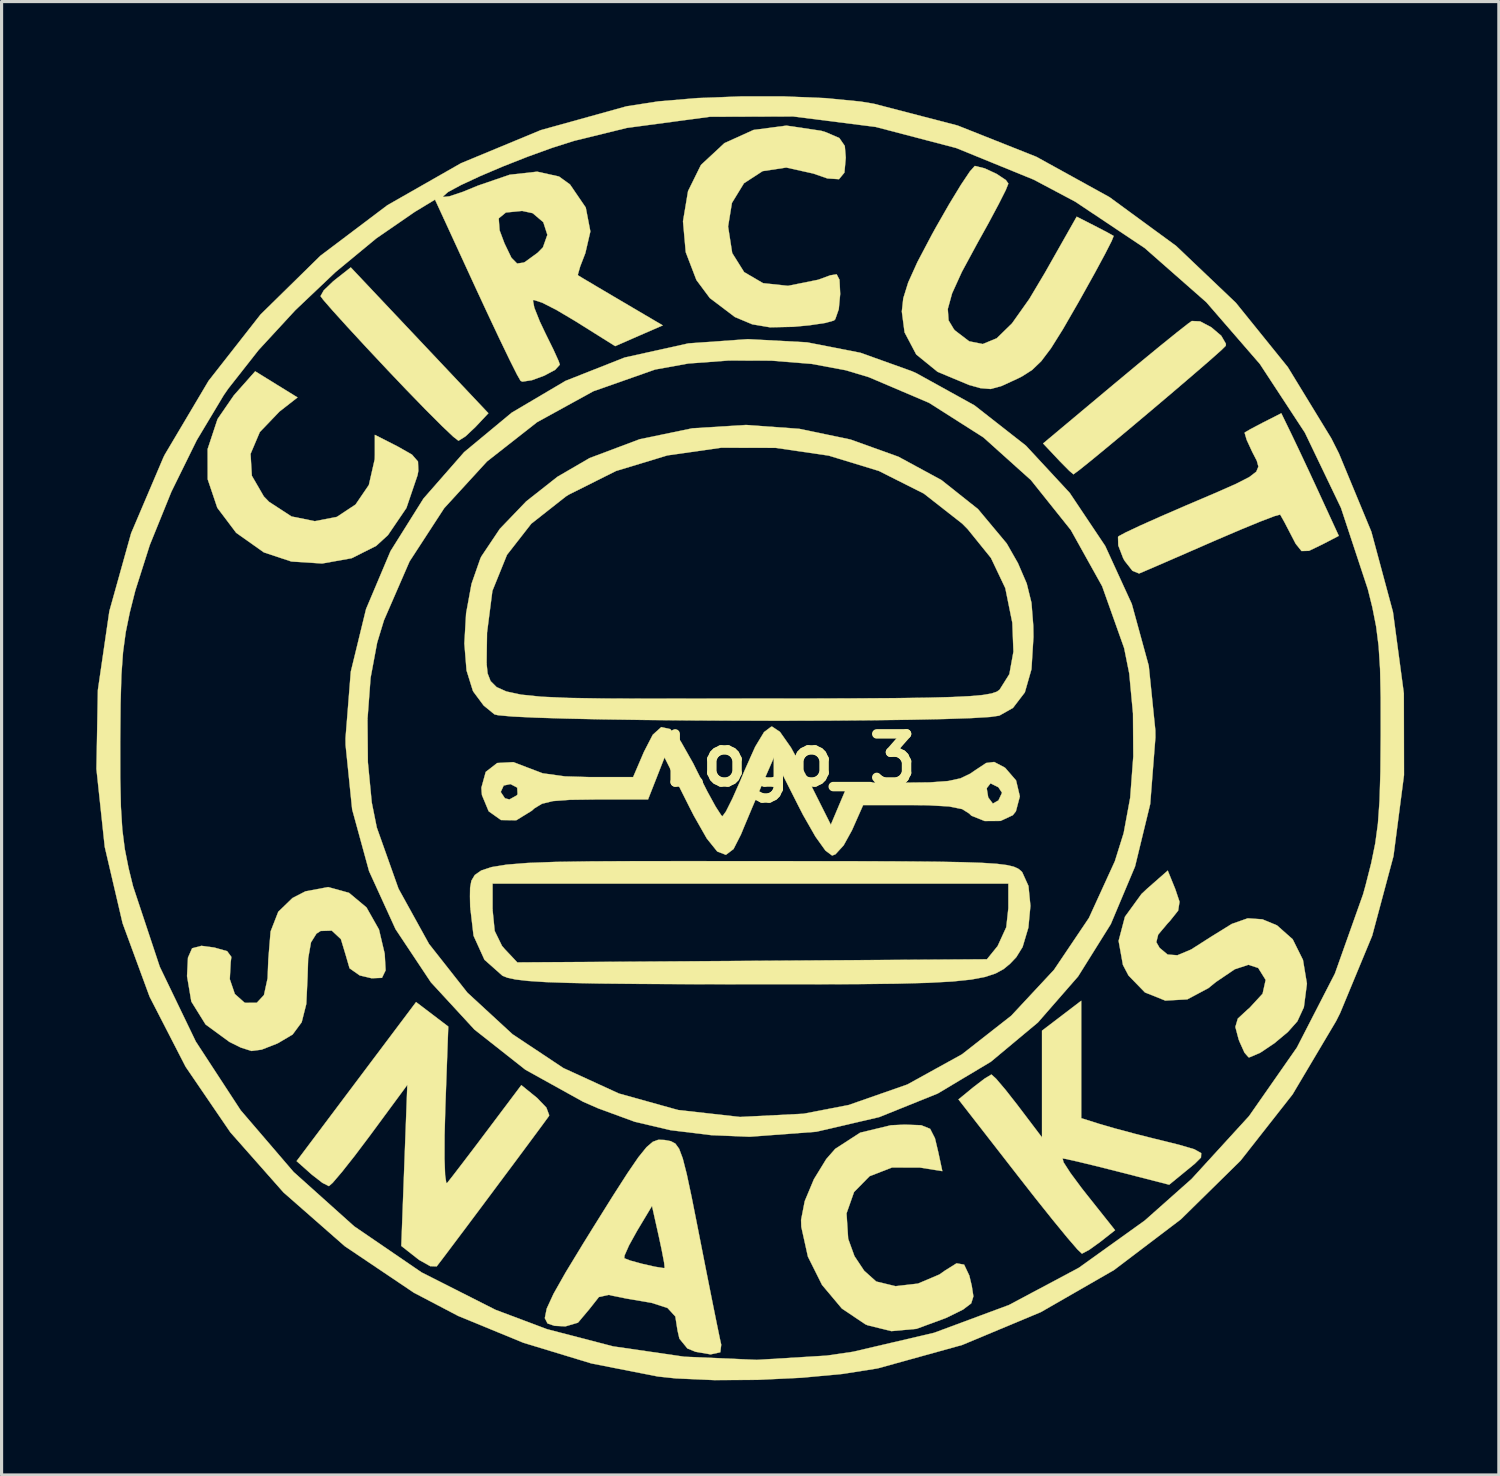
<source format=kicad_pcb>
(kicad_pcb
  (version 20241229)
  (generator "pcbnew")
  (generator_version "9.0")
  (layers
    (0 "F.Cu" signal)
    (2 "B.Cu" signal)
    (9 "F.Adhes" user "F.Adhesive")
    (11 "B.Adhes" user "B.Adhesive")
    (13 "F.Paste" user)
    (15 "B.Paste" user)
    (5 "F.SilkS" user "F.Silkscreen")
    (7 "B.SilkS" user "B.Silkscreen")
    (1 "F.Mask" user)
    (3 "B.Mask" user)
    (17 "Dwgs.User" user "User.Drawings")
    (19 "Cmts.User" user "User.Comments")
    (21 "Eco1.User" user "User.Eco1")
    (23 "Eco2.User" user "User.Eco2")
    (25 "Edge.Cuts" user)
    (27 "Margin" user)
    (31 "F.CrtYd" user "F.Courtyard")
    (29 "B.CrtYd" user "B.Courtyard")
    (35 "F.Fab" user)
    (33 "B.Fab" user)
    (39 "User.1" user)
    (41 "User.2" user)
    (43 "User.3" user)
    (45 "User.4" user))
  (footprint "Logo_3"
    (layer "F.Cu")
    (at 21.97 21.036)
    (property "Reference" "Logo_3" (at 0 0 0) (layer "F.SilkS") (effects (font (size 1.524 1.524) (thickness 0.3))))
    (attr through_hole)
    (fp_poly (pts (xy -11.727 -13.304) (xy -9.547 -10.994) (xy -9.956 -10.559) (xy -10.27 -10.263) (xy -10.487 -10.126) (xy -10.498 -10.124) (xy -10.657 -10.248) (xy -11.017 -10.589) (xy -11.534 -11.106) (xy -12.166 -11.757) (xy -12.731 -12.351) (xy -13.421 -13.087) (xy -14.019 -13.735) (xy -14.486 -14.251) (xy -14.781 -14.59) (xy -14.865 -14.704) (xy -14.763 -14.887) (xy -14.467 -15.171) (xy -14.403 -15.223) (xy -13.907 -15.614) (xy -11.727 -13.304)) (stroke (width 0.01) (type solid)) (fill yes) (layer "F.SilkS"))
    (fp_poly (pts (xy 13.004 -13.904) (xy 13.357 -13.717) (xy 13.671 -13.45) (xy 13.82 -13.193) (xy 13.814 -13.13) (xy 13.673 -12.991) (xy 13.315 -12.673) (xy 12.791 -12.22) (xy 12.156 -11.677) (xy 11.462 -11.089) (xy 10.764 -10.502) (xy 10.114 -9.961) (xy 9.567 -9.51) (xy 9.175 -9.195) (xy 8.992 -9.061) (xy 8.987 -9.059) (xy 8.853 -9.174) (xy 8.57 -9.46) (xy 8.488 -9.547) (xy 8.028 -10.036) (xy 10.255 -11.901) (xy 11.023 -12.54) (xy 11.708 -13.103) (xy 12.26 -13.549) (xy 12.626 -13.836) (xy 12.739 -13.916) (xy 13.004 -13.904)) (stroke (width 0.01) (type solid)) (fill yes) (layer "F.SilkS"))
    (fp_poly (pts (xy -16.265 -11.908) (xy -15.594 -11.494) (xy -16.167 -11.046) (xy -16.789 -10.397) (xy -17.082 -9.706) (xy -17.041 -9.013) (xy -16.661 -8.357) (xy -16.495 -8.186) (xy -15.784 -7.723) (xy -15.046 -7.574) (xy -14.349 -7.709) (xy -13.756 -8.101) (xy -13.334 -8.72) (xy -13.148 -9.536) (xy -13.144 -9.675) (xy -13.144 -10.309) (xy -12.414 -9.937) (xy -11.969 -9.684) (xy -11.777 -9.464) (xy -11.766 -9.17) (xy -11.791 -9.031) (xy -12.144 -7.992) (xy -12.728 -7.133) (xy -13.102 -6.791) (xy -13.877 -6.401) (xy -14.814 -6.233) (xy -15.789 -6.296) (xy -16.66 -6.585) (xy -17.538 -7.206) (xy -18.135 -7.998) (xy -18.44 -8.902) (xy -18.442 -9.858) (xy -18.128 -10.808) (xy -17.61 -11.561) (xy -16.935 -12.322) (xy -16.265 -11.908)) (stroke (width 0.01) (type solid)) (fill yes) (layer "F.SilkS"))
    (fp_poly (pts (xy -10.818 8.437) (xy -10.911 11) (xy -10.935 11.891) (xy -10.937 12.625) (xy -10.918 13.144) (xy -10.881 13.39) (xy -10.858 13.398) (xy -10.695 13.193) (xy -10.372 12.772) (xy -9.94 12.204) (xy -9.608 11.763) (xy -8.503 10.294) (xy -8.005 10.698) (xy -7.71 11.005) (xy -7.62 11.247) (xy -7.633 11.279) (xy -7.843 11.566) (xy -8.202 12.051) (xy -8.665 12.675) (xy -9.19 13.378) (xy -9.73 14.102) (xy -10.243 14.788) (xy -10.685 15.376) (xy -11.01 15.808) (xy -11.176 16.024) (xy -11.186 16.036) (xy -11.389 16.029) (xy -11.733 15.836) (xy -11.806 15.781) (xy -12.306 15.388) (xy -12.115 10.285) (xy -13.295 11.886) (xy -13.778 12.527) (xy -14.189 13.047) (xy -14.48 13.388) (xy -14.6 13.493) (xy -14.804 13.39) (xy -15.136 13.132) (xy -15.173 13.1) (xy -15.623 12.7) (xy -13.731 10.181) (xy -11.838 7.662) (xy -10.818 8.437)) (stroke (width 0.01) (type solid)) (fill yes) (layer "F.SilkS"))
    (fp_poly (pts (xy 0.994 -19.943) (xy 1.151 -19.895) (xy 1.572 -19.713) (xy 1.745 -19.462) (xy 1.776 -19.091) (xy 1.733 -18.617) (xy 1.561 -18.409) (xy 1.194 -18.433) (xy 0.747 -18.588) (xy -0.11 -18.778) (xy -0.859 -18.664) (xy -1.45 -18.28) (xy -1.831 -17.657) (xy -1.953 -16.91) (xy -1.822 -16.068) (xy -1.444 -15.465) (xy -0.846 -15.115) (xy -0.055 -15.03) (xy 0.903 -15.223) (xy 1.288 -15.364) (xy 1.487 -15.395) (xy 1.577 -15.222) (xy 1.599 -14.772) (xy 1.554 -14.29) (xy 1.443 -13.973) (xy 1.402 -13.932) (xy 1.13 -13.855) (xy 0.624 -13.78) (xy 0.115 -13.732) (xy -0.623 -13.716) (xy -1.187 -13.811) (xy -1.737 -14.042) (xy -2.531 -14.643) (xy -2.956 -15.214) (xy -3.294 -16.096) (xy -3.381 -17.075) (xy -3.221 -18.031) (xy -2.82 -18.845) (xy -2.801 -18.87) (xy -2.068 -19.552) (xy -1.146 -19.969) (xy -0.104 -20.106) (xy 0.994 -19.943)) (stroke (width 0.01) (type solid)) (fill yes) (layer "F.SilkS"))
    (fp_poly (pts (xy 9.236 11.34) (xy 9.814 11.523) (xy 10.296 11.663) (xy 10.964 11.842) (xy 11.545 11.988) (xy 12.334 12.183) (xy 12.818 12.325) (xy 13.037 12.448) (xy 13.03 12.588) (xy 12.837 12.78) (xy 12.627 12.953) (xy 12.022 13.448) (xy 10.407 13.033) (xy 9.688 12.852) (xy 9.099 12.71) (xy 8.726 12.628) (xy 8.644 12.615) (xy 8.677 12.74) (xy 8.893 13.075) (xy 9.251 13.558) (xy 9.402 13.75) (xy 10.308 14.89) (xy 9.837 15.26) (xy 9.487 15.512) (xy 9.265 15.63) (xy 9.255 15.631) (xy 9.115 15.497) (xy 8.796 15.127) (xy 8.336 14.566) (xy 7.771 13.859) (xy 7.246 13.188) (xy 5.347 10.746) (xy 5.826 10.353) (xy 6.17 10.09) (xy 6.382 9.961) (xy 6.394 9.959) (xy 6.537 10.089) (xy 6.83 10.433) (xy 7.211 10.918) (xy 7.238 10.954) (xy 7.993 11.95) (xy 7.993 8.568) (xy 9.236 7.62) (xy 9.236 11.34)) (stroke (width 0.01) (type solid)) (fill yes) (layer "F.SilkS"))
    (fp_poly (pts (xy 4.166 11.564) (xy 4.449 11.678) (xy 4.602 11.978) (xy 4.706 12.415) (xy 4.835 13.018) (xy 4.127 12.905) (xy 3.238 12.904) (xy 2.53 13.179) (xy 2.038 13.68) (xy 1.8 14.357) (xy 1.852 15.162) (xy 2.051 15.711) (xy 2.359 16.174) (xy 2.731 16.507) (xy 2.751 16.518) (xy 3.353 16.663) (xy 4.063 16.581) (xy 4.742 16.293) (xy 4.918 16.169) (xy 5.286 15.939) (xy 5.525 15.98) (xy 5.69 16.327) (xy 5.768 16.654) (xy 5.819 16.985) (xy 5.75 17.207) (xy 5.495 17.402) (xy 4.988 17.653) (xy 4.943 17.673) (xy 4.017 18.014) (xy 3.222 18.087) (xy 2.465 17.9) (xy 2.395 17.87) (xy 1.652 17.371) (xy 1.024 16.623) (xy 0.576 15.726) (xy 0.367 14.783) (xy 0.36 14.565) (xy 0.476 13.968) (xy 0.767 13.273) (xy 1.159 12.634) (xy 1.442 12.312) (xy 2.233 11.799) (xy 3.205 11.565) (xy 3.642 11.545) (xy 4.166 11.564)) (stroke (width 0.01) (type solid)) (fill yes) (layer "F.SilkS"))
    (fp_poly (pts (xy -13.963 4.201) (xy -13.41 4.662) (xy -13.013 5.363) (xy -12.832 6.131) (xy -12.803 6.656) (xy -12.918 6.894) (xy -13.246 6.907) (xy -13.623 6.818) (xy -13.945 6.592) (xy -14.067 6.172) (xy -14.219 5.669) (xy -14.508 5.398) (xy -14.862 5.409) (xy -14.994 5.494) (xy -15.168 5.772) (xy -15.257 6.282) (xy -15.276 6.872) (xy -15.316 7.721) (xy -15.462 8.301) (xy -15.75 8.69) (xy -16.217 8.966) (xy -16.261 8.985) (xy -16.733 9.169) (xy -17.052 9.211) (xy -17.391 9.103) (xy -17.75 8.925) (xy -18.507 8.371) (xy -18.958 7.645) (xy -19.094 6.84) (xy -19.065 6.256) (xy -18.934 5.958) (xy -18.638 5.88) (xy -18.232 5.934) (xy -17.823 6.05) (xy -17.69 6.231) (xy -17.711 6.396) (xy -17.74 6.936) (xy -17.58 7.406) (xy -17.278 7.675) (xy -17.246 7.685) (xy -16.886 7.686) (xy -16.657 7.439) (xy -16.542 6.908) (xy -16.519 6.31) (xy -16.447 5.426) (xy -16.204 4.801) (xy -15.752 4.364) (xy -15.341 4.153) (xy -14.623 4.019) (xy -13.963 4.201)) (stroke (width 0.01) (type solid)) (fill yes) (layer "F.SilkS"))
    (fp_poly (pts (xy 15.893 -10.337) (xy 16.127 -9.847) (xy 16.443 -9.174) (xy 16.777 -8.454) (xy 16.804 -8.394) (xy 17.396 -7.109) (xy 16.878 -6.84) (xy 16.453 -6.635) (xy 16.215 -6.628) (xy 16.029 -6.86) (xy 15.879 -7.149) (xy 15.674 -7.543) (xy 15.547 -7.769) (xy 15.537 -7.783) (xy 15.366 -7.737) (xy 14.932 -7.572) (xy 14.299 -7.312) (xy 13.527 -6.982) (xy 13.384 -6.92) (xy 12.575 -6.567) (xy 11.876 -6.263) (xy 11.356 -6.038) (xy 11.083 -5.922) (xy 11.069 -5.916) (xy 10.859 -6.001) (xy 10.611 -6.318) (xy 10.565 -6.4) (xy 10.409 -6.806) (xy 10.402 -7.072) (xy 10.42 -7.096) (xy 10.634 -7.212) (xy 11.105 -7.434) (xy 11.764 -7.728) (xy 12.522 -8.057) (xy 13.47 -8.461) (xy 14.135 -8.754) (xy 14.558 -8.97) (xy 14.782 -9.142) (xy 14.849 -9.303) (xy 14.799 -9.487) (xy 14.676 -9.726) (xy 14.657 -9.762) (xy 14.478 -10.149) (xy 14.413 -10.371) (xy 14.419 -10.385) (xy 14.6 -10.491) (xy 14.969 -10.685) (xy 15.025 -10.714) (xy 15.574 -10.993) (xy 15.893 -10.337)) (stroke (width 0.01) (type solid)) (fill yes) (layer "F.SilkS"))
    (fp_poly (pts (xy 12.215 4.081) (xy 12.35 4.484) (xy 12.306 4.765) (xy 12.046 5.091) (xy 11.973 5.169) (xy 11.674 5.524) (xy 11.615 5.764) (xy 11.718 5.944) (xy 11.972 6.156) (xy 12.282 6.179) (xy 12.716 5.997) (xy 13.346 5.595) (xy 14.004 5.187) (xy 14.512 5.008) (xy 14.976 5.04) (xy 15.437 5.231) (xy 15.936 5.673) (xy 16.261 6.326) (xy 16.386 7.08) (xy 16.29 7.824) (xy 16.083 8.272) (xy 15.783 8.609) (xy 15.351 8.97) (xy 14.907 9.267) (xy 14.571 9.411) (xy 14.538 9.413) (xy 14.408 9.265) (xy 14.244 8.9) (xy 14.223 8.844) (xy 14.119 8.45) (xy 14.197 8.185) (xy 14.51 7.895) (xy 14.561 7.854) (xy 14.982 7.397) (xy 15.079 6.96) (xy 14.843 6.581) (xy 14.532 6.48) (xy 14.1 6.622) (xy 13.506 7.024) (xy 13.264 7.22) (xy 12.596 7.576) (xy 11.9 7.615) (xy 11.254 7.356) (xy 10.734 6.821) (xy 10.557 6.484) (xy 10.42 5.723) (xy 10.621 4.959) (xy 11.146 4.236) (xy 11.321 4.072) (xy 11.977 3.496) (xy 12.215 4.081)) (stroke (width 0.01) (type solid)) (fill yes) (layer "F.SilkS"))
    (fp_poly (pts (xy 6.178 -18.752) (xy 6.554 -18.577) (xy 6.849 -18.381) (xy 6.927 -18.27) (xy 6.845 -18.065) (xy 6.621 -17.621) (xy 6.292 -17.005) (xy 5.95 -16.39) (xy 5.453 -15.471) (xy 5.144 -14.791) (xy 5.008 -14.297) (xy 5.033 -13.935) (xy 5.204 -13.651) (xy 5.241 -13.612) (xy 5.685 -13.273) (xy 6.115 -13.186) (xy 6.559 -13.369) (xy 7.042 -13.84) (xy 7.592 -14.616) (xy 8.086 -15.445) (xy 9.092 -17.221) (xy 9.653 -16.936) (xy 10.038 -16.736) (xy 10.253 -16.617) (xy 10.263 -16.61) (xy 10.199 -16.449) (xy 9.989 -16.038) (xy 9.664 -15.435) (xy 9.254 -14.699) (xy 9.151 -14.516) (xy 8.655 -13.655) (xy 8.276 -13.05) (xy 7.966 -12.64) (xy 7.678 -12.364) (xy 7.363 -12.163) (xy 7.225 -12.093) (xy 6.712 -11.857) (xy 6.368 -11.762) (xy 6.045 -11.788) (xy 5.683 -11.889) (xy 4.686 -12.305) (xy 4.009 -12.855) (xy 3.639 -13.556) (xy 3.552 -14.217) (xy 3.598 -14.636) (xy 3.754 -15.137) (xy 4.047 -15.786) (xy 4.503 -16.651) (xy 4.634 -16.888) (xy 5.056 -17.625) (xy 5.427 -18.234) (xy 5.708 -18.654) (xy 5.862 -18.827) (xy 5.869 -18.828) (xy 6.178 -18.752)) (stroke (width 0.01) (type solid)) (fill yes) (layer "F.SilkS"))
    (fp_poly (pts (xy -3.982 12.03) (xy -3.951 12.034) (xy -3.767 12.069) (xy -3.624 12.145) (xy -3.504 12.31) (xy -3.389 12.616) (xy -3.263 13.11) (xy -3.107 13.842) (xy -2.905 14.862) (xy -2.847 15.157) (xy -2.647 16.173) (xy -2.466 17.081) (xy -2.317 17.82) (xy -2.213 18.324) (xy -2.17 18.517) (xy -2.199 18.757) (xy -2.502 18.823) (xy -2.51 18.823) (xy -2.985 18.741) (xy -3.242 18.636) (xy -3.495 18.325) (xy -3.555 18.064) (xy -3.624 17.623) (xy -3.871 17.354) (xy -4.373 17.192) (xy -4.618 17.149) (xy -5.178 17.054) (xy -5.627 16.963) (xy -5.729 16.938) (xy -6.045 17.006) (xy -6.351 17.394) (xy -6.709 17.819) (xy -7.105 17.936) (xy -7.451 17.919) (xy -7.673 17.844) (xy -7.759 17.675) (xy -7.699 17.375) (xy -7.483 16.905) (xy -7.1 16.228) (xy -6.826 15.778) (xy -5.241 15.778) (xy -5.048 15.853) (xy -4.673 15.955) (xy -4.27 16.046) (xy -3.998 16.089) (xy -3.962 16.085) (xy -3.979 15.917) (xy -4.058 15.504) (xy -4.146 15.093) (xy -4.363 14.121) (xy -4.838 14.913) (xy -5.092 15.372) (xy -5.233 15.691) (xy -5.241 15.778) (xy -6.826 15.778) (xy -6.54 15.307) (xy -6.228 14.804) (xy -5.608 13.812) (xy -5.14 13.083) (xy -4.795 12.579) (xy -4.538 12.261) (xy -4.338 12.089) (xy -4.164 12.025) (xy -3.982 12.03)) (stroke (width 0.01) (type solid)) (fill yes) (layer "F.SilkS"))
    (fp_poly (pts (xy -1.258 3.197) (xy 0.676 3.198) (xy 2.286 3.2) (xy 3.603 3.205) (xy 4.659 3.215) (xy 5.483 3.23) (xy 6.108 3.252) (xy 6.565 3.282) (xy 6.884 3.322) (xy 7.097 3.372) (xy 7.236 3.434) (xy 7.33 3.509) (xy 7.366 3.547) (xy 7.564 3.984) (xy 7.626 4.613) (xy 7.561 5.302) (xy 7.378 5.917) (xy 7.179 6.239) (xy 6.983 6.446) (xy 6.776 6.617) (xy 6.523 6.755) (xy 6.191 6.865) (xy 5.746 6.949) (xy 5.153 7.01) (xy 4.379 7.052) (xy 3.39 7.079) (xy 2.152 7.093) (xy 0.631 7.098) (xy -1.207 7.098) (xy -1.46 7.098) (xy -3.295 7.094) (xy -4.809 7.086) (xy -6.032 7.074) (xy -6.998 7.054) (xy -7.739 7.028) (xy -8.288 6.992) (xy -8.678 6.947) (xy -8.941 6.891) (xy -9.101 6.827) (xy -9.671 6.321) (xy -10.017 5.559) (xy -10.124 4.64) (xy -10.13 4.314) (xy -10.126 4.04) (xy -10.102 3.908) (xy -9.414 3.908) (xy -9.414 4.74) (xy -9.347 5.409) (xy -9.116 5.881) (xy -9.023 5.989) (xy -8.631 6.405) (xy -1.191 6.356) (xy 6.248 6.306) (xy 6.588 5.886) (xy 6.861 5.29) (xy 6.927 4.687) (xy 6.927 3.908) (xy -9.414 3.908) (xy -10.102 3.908) (xy -10.085 3.816) (xy -9.977 3.635) (xy -9.773 3.493) (xy -9.445 3.385) (xy -8.964 3.307) (xy -8.3 3.254) (xy -7.426 3.221) (xy -6.312 3.204) (xy -4.928 3.197) (xy -3.248 3.196) (xy -1.258 3.197)) (stroke (width 0.01) (type solid)) (fill yes) (layer "F.SilkS"))
    (fp_poly (pts (xy 0.3 -10.5) (xy 1.925 -10.161) (xy 3.443 -9.616) (xy 4.806 -8.877) (xy 5.966 -7.956) (xy 6.877 -6.865) (xy 7.231 -6.244) (xy 7.509 -5.598) (xy 7.659 -4.99) (xy 7.717 -4.256) (xy 7.722 -3.906) (xy 7.659 -2.883) (xy 7.449 -2.149) (xy 7.074 -1.659) (xy 6.64 -1.413) (xy 6.351 -1.371) (xy 5.756 -1.335) (xy 4.899 -1.306) (xy 3.826 -1.283) (xy 2.583 -1.267) (xy 1.215 -1.256) (xy -0.233 -1.252) (xy -1.715 -1.254) (xy -3.186 -1.262) (xy -4.601 -1.276) (xy -5.914 -1.295) (xy -7.079 -1.32) (xy -8.052 -1.35) (xy -8.787 -1.385) (xy -9.238 -1.426) (xy -9.352 -1.452) (xy -9.697 -1.734) (xy -10.019 -2.167) (xy -10.039 -2.203) (xy -10.239 -2.845) (xy -10.256 -3.057) (xy -9.603 -3.057) (xy -9.572 -2.751) (xy -9.477 -2.507) (xy -9.288 -2.318) (xy -8.976 -2.178) (xy -8.51 -2.078) (xy -7.861 -2.012) (xy -7 -1.974) (xy -5.895 -1.956) (xy -4.518 -1.951) (xy -2.838 -1.953) (xy -1.317 -1.954) (xy 0.56 -1.955) (xy 2.113 -1.96) (xy 3.375 -1.968) (xy 4.375 -1.982) (xy 5.146 -2.003) (xy 5.718 -2.031) (xy 6.124 -2.068) (xy 6.395 -2.115) (xy 6.562 -2.172) (xy 6.648 -2.233) (xy 6.959 -2.728) (xy 7.088 -3.439) (xy 7.053 -4.355) (xy 6.83 -5.454) (xy 6.375 -6.41) (xy 5.635 -7.325) (xy 5.463 -7.498) (xy 4.25 -8.448) (xy 2.821 -9.167) (xy 1.236 -9.651) (xy -0.447 -9.897) (xy -2.171 -9.901) (xy -3.876 -9.658) (xy -5.505 -9.164) (xy -6.998 -8.416) (xy -7.092 -8.357) (xy -8.188 -7.494) (xy -8.958 -6.507) (xy -9.42 -5.366) (xy -9.59 -4.041) (xy -9.592 -3.883) (xy -9.599 -3.432) (xy -9.603 -3.057) (xy -10.256 -3.057) (xy -10.308 -3.7) (xy -10.253 -4.653) (xy -10.081 -5.589) (xy -9.8 -6.394) (xy -9.768 -6.459) (xy -9.184 -7.331) (xy -8.349 -8.201) (xy -7.357 -8.982) (xy -6.341 -9.573) (xy -4.754 -10.17) (xy -3.087 -10.516) (xy -1.387 -10.622) (xy 0.3 -10.5)) (stroke (width 0.01) (type solid)) (fill yes) (layer "F.SilkS"))
    (fp_poly (pts (xy 0.548 -13.24) (xy 2.242 -12.909) (xy 3.868 -12.326) (xy 4.01 -12.263) (xy 5.855 -11.242) (xy 7.483 -9.967) (xy 8.87 -8.471) (xy 9.996 -6.788) (xy 10.838 -4.95) (xy 11.375 -2.992) (xy 11.584 -0.947) (xy 11.586 -0.721) (xy 11.421 1.387) (xy 10.941 3.365) (xy 10.172 5.193) (xy 9.137 6.849) (xy 7.862 8.31) (xy 6.37 9.554) (xy 4.687 10.56) (xy 2.836 11.306) (xy 0.842 11.77) (xy -1.27 11.929) (xy -2.487 11.878) (xy -3.778 11.72) (xy -4.909 11.454) (xy -6.063 11.031) (xy -6.545 10.82) (xy -8.373 9.806) (xy -9.988 8.533) (xy -11.367 7.037) (xy -12.488 5.352) (xy -13.327 3.514) (xy -13.863 1.557) (xy -14.071 -0.484) (xy -14.073 -0.7) (xy -14.025 -1.301) (xy -13.377 -1.301) (xy -13.365 0.063) (xy -13.242 1.339) (xy -13.083 2.131) (xy -12.395 4.069) (xy -11.428 5.82) (xy -10.213 7.363) (xy -8.784 8.68) (xy -7.172 9.752) (xy -5.412 10.559) (xy -3.535 11.082) (xy -1.574 11.302) (xy 0.437 11.2) (xy 1.865 10.924) (xy 3.727 10.273) (xy 5.458 9.317) (xy 7.019 8.094) (xy 8.372 6.642) (xy 9.479 4.998) (xy 10.301 3.201) (xy 10.58 2.309) (xy 10.787 1.189) (xy 10.885 -0.121) (xy 10.876 -1.481) (xy 10.757 -2.749) (xy 10.596 -3.552) (xy 9.899 -5.512) (xy 8.906 -7.295) (xy 7.643 -8.875) (xy 6.138 -10.227) (xy 4.416 -11.323) (xy 2.505 -12.137) (xy 1.776 -12.356) (xy 0.697 -12.557) (xy -0.586 -12.66) (xy -1.935 -12.664) (xy -3.213 -12.569) (xy -4.263 -12.379) (xy -6.22 -11.691) (xy -8.005 -10.71) (xy -9.591 -9.466) (xy -10.947 -7.986) (xy -12.045 -6.298) (xy -12.856 -4.432) (xy -13.071 -3.727) (xy -13.279 -2.612) (xy -13.377 -1.301) (xy -14.025 -1.301) (xy -13.906 -2.806) (xy -13.423 -4.789) (xy -12.647 -6.626) (xy -11.603 -8.291) (xy -10.315 -9.761) (xy -8.807 -11.012) (xy -7.103 -12.019) (xy -5.229 -12.759) (xy -3.208 -13.207) (xy -1.325 -13.341) (xy 0.548 -13.24)) (stroke (width 0.01) (type solid)) (fill yes) (layer "F.SilkS"))
    (fp_poly (pts (xy -0.31 -0.9) (xy 0.041 -0.4) (xy 0.496 0.436) (xy 0.522 0.488) (xy 1.302 2.043) (xy 1.583 1.377) (xy 1.791 0.887) (xy 6.241 0.887) (xy 6.289 1.177) (xy 6.435 1.373) (xy 6.613 1.273) (xy 6.727 1.031) (xy 6.611 0.856) (xy 6.362 0.732) (xy 6.241 0.887) (xy 1.791 0.887) (xy 1.865 0.712) (xy 3.604 0.711) (xy 4.445 0.701) (xy 5.018 0.659) (xy 5.413 0.573) (xy 5.718 0.426) (xy 5.859 0.329) (xy 6.224 0.087) (xy 6.478 0.055) (xy 6.787 0.217) (xy 6.829 0.244) (xy 7.171 0.639) (xy 7.291 1.145) (xy 7.166 1.618) (xy 7.069 1.741) (xy 6.678 1.923) (xy 6.177 1.926) (xy 5.756 1.757) (xy 5.684 1.687) (xy 5.464 1.548) (xy 5.048 1.464) (xy 4.371 1.426) (xy 3.894 1.421) (xy 2.326 1.421) (xy 1.972 2.22) (xy 1.709 2.696) (xy 1.449 2.98) (xy 1.344 3.02) (xy 1.132 2.862) (xy 0.816 2.421) (xy 0.426 1.739) (xy 0.285 1.465) (xy -0.5 -0.089) (xy -0.888 0.799) (xy -1.171 1.457) (xy -1.444 2.107) (xy -1.545 2.353) (xy -1.78 2.814) (xy -2.022 2.997) (xy -2.296 2.891) (xy -2.627 2.48) (xy -3.041 1.751) (xy -3.187 1.465) (xy -3.966 -0.089) (xy -4.227 0.577) (xy -4.489 1.243) (xy -6.152 1.243) (xy -6.963 1.254) (xy -7.502 1.294) (xy -7.85 1.379) (xy -8.089 1.524) (xy -8.171 1.599) (xy -8.664 1.902) (xy -9.147 1.895) (xy -9.538 1.617) (xy -9.751 1.104) (xy -9.759 1.006) (xy -9.156 1.006) (xy -9.023 1.205) (xy -8.881 1.243) (xy -8.65 1.115) (xy -8.622 1.078) (xy -8.634 0.867) (xy -8.847 0.755) (xy -9.062 0.801) (xy -9.156 1.006) (xy -9.759 1.006) (xy -9.769 0.872) (xy -9.631 0.37) (xy -9.267 0.088) (xy -8.755 0.06) (xy -8.315 0.229) (xy -7.827 0.414) (xy -7.124 0.511) (xy -6.374 0.533) (xy -4.961 0.533) (xy -4.618 -0.266) (xy -4.339 -0.807) (xy -4.07 -1.05) (xy -3.785 -0.987) (xy -3.457 -0.607) (xy -3.058 0.099) (xy -2.931 0.355) (xy -2.612 0.986) (xy -2.345 1.473) (xy -2.169 1.744) (xy -2.131 1.776) (xy -2.02 1.623) (xy -1.816 1.215) (xy -1.556 0.628) (xy -1.443 0.355) (xy -1.094 -0.427) (xy -0.814 -0.891) (xy -0.586 -1.063) (xy -0.559 -1.066) (xy -0.31 -0.9)) (stroke (width 0.01) (type solid)) (fill yes) (layer "F.SilkS"))
    (fp_poly (pts (xy -0.167 -21.031) (xy 1.138 -20.977) (xy 2.249 -20.868) (xy 2.664 -20.799) (xy 5.319 -20.109) (xy 7.815 -19.118) (xy 10.131 -17.84) (xy 12.244 -16.293) (xy 14.135 -14.493) (xy 15.78 -12.456) (xy 17.158 -10.199) (xy 17.4 -9.72) (xy 18.427 -7.241) (xy 19.112 -4.698) (xy 19.457 -2.118) (xy 19.462 0.47) (xy 19.128 3.039) (xy 18.453 5.562) (xy 17.438 8.011) (xy 17.31 8.265) (xy 15.931 10.587) (xy 14.283 12.686) (xy 12.391 14.546) (xy 10.275 16.151) (xy 7.959 17.483) (xy 5.465 18.525) (xy 2.814 19.26) (xy 2.753 19.273) (xy 1.676 19.443) (xy 0.376 19.564) (xy -1.02 19.631) (xy -2.389 19.639) (xy -3.605 19.585) (xy -4.174 19.525) (xy -6.285 19.11) (xy -8.442 18.454) (xy -10.503 17.606) (xy -11.907 16.87) (xy -14.098 15.395) (xy -16.039 13.692) (xy -17.722 11.788) (xy -19.138 9.713) (xy -20.279 7.495) (xy -21.136 5.164) (xy -21.701 2.747) (xy -21.965 0.275) (xy -21.948 -0.622) (xy -21.211 -0.622) (xy -21.21 0.56) (xy -21.19 1.471) (xy -21.145 2.195) (xy -21.066 2.817) (xy -20.946 3.421) (xy -20.804 3.997) (xy -19.958 6.544) (xy -18.816 8.914) (xy -17.396 11.089) (xy -15.717 13.046) (xy -13.799 14.766) (xy -11.661 16.228) (xy -9.321 17.412) (xy -7.695 18.024) (xy -5.595 18.57) (xy -3.337 18.898) (xy -1.042 18.998) (xy 1.169 18.863) (xy 2.005 18.741) (xy 4.574 18.14) (xy 6.947 17.259) (xy 9.16 16.08) (xy 11.25 14.582) (xy 12.732 13.266) (xy 14.553 11.274) (xy 16.068 9.103) (xy 17.273 6.759) (xy 18.166 4.246) (xy 18.246 3.957) (xy 18.424 3.256) (xy 18.551 2.634) (xy 18.636 2.004) (xy 18.687 1.279) (xy 18.714 0.372) (xy 18.724 -0.799) (xy 18.723 -1.981) (xy 18.704 -2.892) (xy 18.658 -3.616) (xy 18.579 -4.238) (xy 18.46 -4.842) (xy 18.317 -5.417) (xy 17.465 -7.996) (xy 16.321 -10.38) (xy 14.895 -12.555) (xy 13.2 -14.51) (xy 11.246 -16.228) (xy 9.044 -17.698) (xy 7.732 -18.394) (xy 5.274 -19.397) (xy 2.722 -20.065) (xy 0.111 -20.396) (xy -2.528 -20.387) (xy -5.159 -20.034) (xy -6.834 -19.623) (xy -7.532 -19.401) (xy -8.305 -19.121) (xy -9.087 -18.813) (xy -9.811 -18.505) (xy -10.413 -18.225) (xy -10.826 -18.002) (xy -10.984 -17.863) (xy -10.978 -17.846) (xy -10.783 -17.866) (xy -10.362 -18.006) (xy -9.88 -18.204) (xy -8.872 -18.55) (xy -8.001 -18.647) (xy -7.31 -18.494) (xy -6.962 -18.243) (xy -6.462 -17.511) (xy -6.316 -16.753) (xy -6.475 -16.067) (xy -6.639 -15.643) (xy -6.711 -15.39) (xy -6.708 -15.364) (xy -6.544 -15.264) (xy -6.147 -15.028) (xy -5.59 -14.699) (xy -5.342 -14.553) (xy -4.023 -13.777) (xy -4.777 -13.449) (xy -5.53 -13.12) (xy -6.806 -13.92) (xy -7.388 -14.265) (xy -7.844 -14.497) (xy -8.104 -14.582) (xy -8.136 -14.568) (xy -8.092 -14.338) (xy -7.919 -13.903) (xy -7.737 -13.519) (xy -7.489 -13.016) (xy -7.324 -12.652) (xy -7.283 -12.533) (xy -7.43 -12.37) (xy -7.773 -12.186) (xy -8.167 -12.041) (xy -8.465 -11.995) (xy -8.526 -12.019) (xy -8.642 -12.222) (xy -8.878 -12.693) (xy -9.207 -13.376) (xy -9.602 -14.215) (xy -9.95 -14.964) (xy -10.964 -17.168) (xy -9.22 -17.168) (xy -9.192 -16.789) (xy -9.038 -16.377) (xy -8.817 -15.919) (xy -8.637 -15.737) (xy -8.428 -15.767) (xy -8.382 -15.79) (xy -7.984 -16.08) (xy -7.819 -16.248) (xy -7.678 -16.646) (xy -7.807 -17.046) (xy -8.143 -17.332) (xy -8.478 -17.404) (xy -8.993 -17.353) (xy -9.22 -17.168) (xy -10.964 -17.168) (xy -11.238 -17.762) (xy -11.88 -17.373) (xy -13.098 -16.534) (xy -14.389 -15.467) (xy -15.662 -14.26) (xy -16.825 -12.999) (xy -17.788 -11.774) (xy -17.931 -11.567) (xy -18.786 -10.141) (xy -19.59 -8.508) (xy -20.275 -6.818) (xy -20.733 -5.378) (xy -20.91 -4.677) (xy -21.037 -4.055) (xy -21.122 -3.425) (xy -21.174 -2.7) (xy -21.2 -1.793) (xy -21.211 -0.622) (xy -21.948 -0.622) (xy -21.919 -2.225) (xy -21.555 -4.724) (xy -20.865 -7.193) (xy -19.839 -9.603) (xy -19.797 -9.686) (xy -18.412 -12.02) (xy -16.764 -14.123) (xy -14.87 -15.982) (xy -12.747 -17.584) (xy -10.414 -18.915) (xy -7.887 -19.963) (xy -5.184 -20.714) (xy -5.151 -20.721) (xy -4.157 -20.875) (xy -2.922 -20.979) (xy -1.556 -21.031) (xy -0.167 -21.031)) (stroke (width 0.01) (type solid)) (fill yes) (layer "F.SilkS")))
  (gr_rect
    (start -3 -3)
    (end 44.437 43.681)
    (stroke (width 0.1) (type default))
    (fill no)
    (layer "Edge.Cuts")))
</source>
